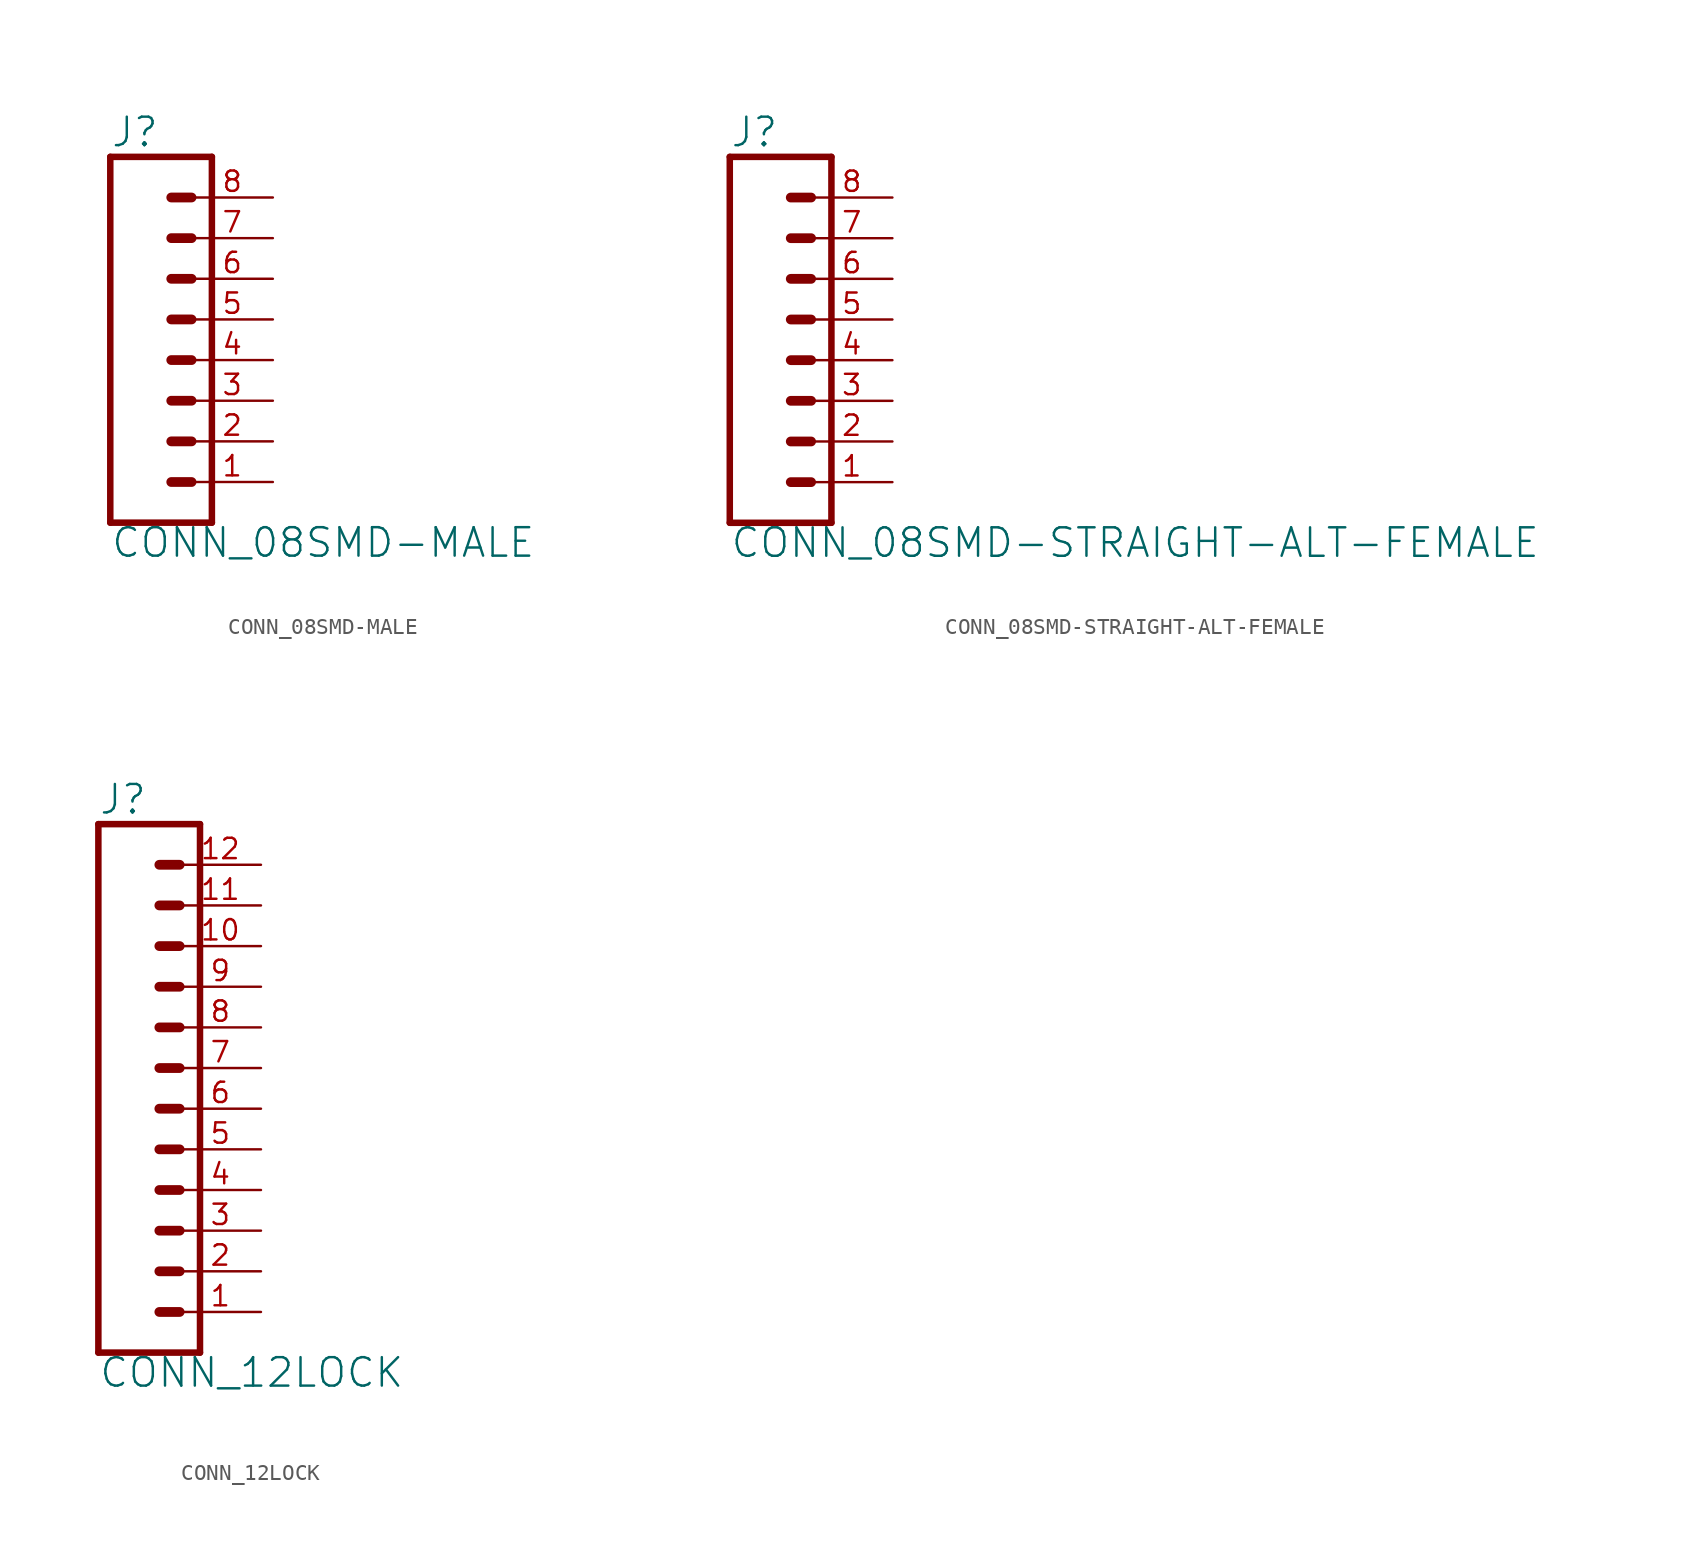
<source format=kicad_sym>
(kicad_symbol_lib
  (version 20220331)
  (generator kicad_symbol_editor)
  (symbol "CONN_08SMD-MALE"
    (property "Reference" "J"
      (at -5.08 13.208 0)
      (effects (font (size 1.778 1.778)) (justify left bottom)))
    (property "Value" "CONN_08SMD-MALE"
      (at -5.08 -12.446 0)
      (effects (font (size 1.778 1.778)) (justify left bottom)))
    (property "ki_locked" ""
      (at 0 0 0)
      (effects (font (size 1.27 1.27))))
    (symbol "CONN_08SMD-MALE_1_0"
      (polyline (pts (xy -5.08 12.7) (xy -5.08 -10.16)) (stroke (width 0.406) (type solid)) (fill (type none)))
      (polyline (pts (xy -5.08 12.7) (xy 1.27 12.7)) (stroke (width 0.406) (type solid)) (fill (type none)))
      (polyline (pts (xy -1.27 -7.62) (xy 0 -7.62)) (stroke (width 0.61) (type solid)) (fill (type none)))
      (polyline (pts (xy -1.27 -5.08) (xy 0 -5.08)) (stroke (width 0.61) (type solid)) (fill (type none)))
      (polyline (pts (xy -1.27 -2.54) (xy 0 -2.54)) (stroke (width 0.61) (type solid)) (fill (type none)))
      (polyline (pts (xy -1.27 0) (xy 0 0)) (stroke (width 0.61) (type solid)) (fill (type none)))
      (polyline (pts (xy -1.27 2.54) (xy 0 2.54)) (stroke (width 0.61) (type solid)) (fill (type none)))
      (polyline (pts (xy -1.27 5.08) (xy 0 5.08)) (stroke (width 0.61) (type solid)) (fill (type none)))
      (polyline (pts (xy -1.27 7.62) (xy 0 7.62)) (stroke (width 0.61) (type solid)) (fill (type none)))
      (polyline (pts (xy -1.27 10.16) (xy 0 10.16)) (stroke (width 0.61) (type solid)) (fill (type none)))
      (polyline (pts (xy 1.27 -10.16) (xy -5.08 -10.16)) (stroke (width 0.406) (type solid)) (fill (type none)))
      (polyline (pts (xy 1.27 -10.16) (xy 1.27 12.7)) (stroke (width 0.406) (type solid)) (fill (type none)))
      (pin passive line (at 5.08 -7.62 180) (length 5.08) (name "1" (effects (font (size 0 0)))) (number "1" (effects (font (size 1.27 1.27)))))
      (pin passive line (at 5.08 -5.08 180) (length 5.08) (name "2" (effects (font (size 0 0)))) (number "2" (effects (font (size 1.27 1.27)))))
      (pin passive line (at 5.08 -2.54 180) (length 5.08) (name "3" (effects (font (size 0 0)))) (number "3" (effects (font (size 1.27 1.27)))))
      (pin passive line (at 5.08 0 180) (length 5.08) (name "4" (effects (font (size 0 0)))) (number "4" (effects (font (size 1.27 1.27)))))
      (pin passive line (at 5.08 2.54 180) (length 5.08) (name "5" (effects (font (size 0 0)))) (number "5" (effects (font (size 1.27 1.27)))))
      (pin passive line (at 5.08 5.08 180) (length 5.08) (name "6" (effects (font (size 0 0)))) (number "6" (effects (font (size 1.27 1.27)))))
      (pin passive line (at 5.08 7.62 180) (length 5.08) (name "7" (effects (font (size 0 0)))) (number "7" (effects (font (size 1.27 1.27)))))
      (pin passive line (at 5.08 10.16 180) (length 5.08) (name "8" (effects (font (size 0 0)))) (number "8" (effects (font (size 1.27 1.27)))))))
  (symbol "CONN_08SMD-STRAIGHT-ALT-FEMALE"
    (property "Reference" "J"
      (at -5.08 13.208 0)
      (effects (font (size 1.778 1.778)) (justify left bottom)))
    (property "Value" "CONN_08SMD-STRAIGHT-ALT-FEMALE"
      (at -5.08 -12.446 0)
      (effects (font (size 1.778 1.778)) (justify left bottom)))
    (property "ki_locked" ""
      (at 0 0 0)
      (effects (font (size 1.27 1.27))))
    (symbol "CONN_08SMD-STRAIGHT-ALT-FEMALE_1_0"
      (polyline (pts (xy -5.08 12.7) (xy -5.08 -10.16)) (stroke (width 0.406) (type solid)) (fill (type none)))
      (polyline (pts (xy -5.08 12.7) (xy 1.27 12.7)) (stroke (width 0.406) (type solid)) (fill (type none)))
      (polyline (pts (xy -1.27 -7.62) (xy 0 -7.62)) (stroke (width 0.61) (type solid)) (fill (type none)))
      (polyline (pts (xy -1.27 -5.08) (xy 0 -5.08)) (stroke (width 0.61) (type solid)) (fill (type none)))
      (polyline (pts (xy -1.27 -2.54) (xy 0 -2.54)) (stroke (width 0.61) (type solid)) (fill (type none)))
      (polyline (pts (xy -1.27 0) (xy 0 0)) (stroke (width 0.61) (type solid)) (fill (type none)))
      (polyline (pts (xy -1.27 2.54) (xy 0 2.54)) (stroke (width 0.61) (type solid)) (fill (type none)))
      (polyline (pts (xy -1.27 5.08) (xy 0 5.08)) (stroke (width 0.61) (type solid)) (fill (type none)))
      (polyline (pts (xy -1.27 7.62) (xy 0 7.62)) (stroke (width 0.61) (type solid)) (fill (type none)))
      (polyline (pts (xy -1.27 10.16) (xy 0 10.16)) (stroke (width 0.61) (type solid)) (fill (type none)))
      (polyline (pts (xy 1.27 -10.16) (xy -5.08 -10.16)) (stroke (width 0.406) (type solid)) (fill (type none)))
      (polyline (pts (xy 1.27 -10.16) (xy 1.27 12.7)) (stroke (width 0.406) (type solid)) (fill (type none)))
      (pin passive line (at 5.08 -7.62 180) (length 5.08) (name "1" (effects (font (size 0 0)))) (number "1" (effects (font (size 1.27 1.27)))))
      (pin passive line (at 5.08 -5.08 180) (length 5.08) (name "2" (effects (font (size 0 0)))) (number "2" (effects (font (size 1.27 1.27)))))
      (pin passive line (at 5.08 -2.54 180) (length 5.08) (name "3" (effects (font (size 0 0)))) (number "3" (effects (font (size 1.27 1.27)))))
      (pin passive line (at 5.08 0 180) (length 5.08) (name "4" (effects (font (size 0 0)))) (number "4" (effects (font (size 1.27 1.27)))))
      (pin passive line (at 5.08 2.54 180) (length 5.08) (name "5" (effects (font (size 0 0)))) (number "5" (effects (font (size 1.27 1.27)))))
      (pin passive line (at 5.08 5.08 180) (length 5.08) (name "6" (effects (font (size 0 0)))) (number "6" (effects (font (size 1.27 1.27)))))
      (pin passive line (at 5.08 7.62 180) (length 5.08) (name "7" (effects (font (size 0 0)))) (number "7" (effects (font (size 1.27 1.27)))))
      (pin passive line (at 5.08 10.16 180) (length 5.08) (name "8" (effects (font (size 0 0)))) (number "8" (effects (font (size 1.27 1.27)))))))
  (symbol "CONN_12LOCK"
    (property "Reference" "J"
      (at 0 15.748 0)
      (effects (font (size 1.778 1.778)) (justify left bottom)))
    (property "Value" "CONN_12LOCK"
      (at 0 -20.066 0)
      (effects (font (size 1.778 1.778)) (justify left bottom)))
    (property "ki_locked" ""
      (at 0 0 0)
      (effects (font (size 1.27 1.27))))
    (symbol "CONN_12LOCK_1_0"
      (polyline (pts (xy 0 15.24) (xy 0 -17.78)) (stroke (width 0.406) (type solid)) (fill (type none)))
      (polyline (pts (xy 0 15.24) (xy 6.35 15.24)) (stroke (width 0.406) (type solid)) (fill (type none)))
      (polyline (pts (xy 3.81 -15.24) (xy 5.08 -15.24)) (stroke (width 0.61) (type solid)) (fill (type none)))
      (polyline (pts (xy 3.81 -12.7) (xy 5.08 -12.7)) (stroke (width 0.61) (type solid)) (fill (type none)))
      (polyline (pts (xy 3.81 -10.16) (xy 5.08 -10.16)) (stroke (width 0.61) (type solid)) (fill (type none)))
      (polyline (pts (xy 3.81 -7.62) (xy 5.08 -7.62)) (stroke (width 0.61) (type solid)) (fill (type none)))
      (polyline (pts (xy 3.81 -5.08) (xy 5.08 -5.08)) (stroke (width 0.61) (type solid)) (fill (type none)))
      (polyline (pts (xy 3.81 -2.54) (xy 5.08 -2.54)) (stroke (width 0.61) (type solid)) (fill (type none)))
      (polyline (pts (xy 3.81 0) (xy 5.08 0)) (stroke (width 0.61) (type solid)) (fill (type none)))
      (polyline (pts (xy 3.81 2.54) (xy 5.08 2.54)) (stroke (width 0.61) (type solid)) (fill (type none)))
      (polyline (pts (xy 3.81 5.08) (xy 5.08 5.08)) (stroke (width 0.61) (type solid)) (fill (type none)))
      (polyline (pts (xy 3.81 7.62) (xy 5.08 7.62)) (stroke (width 0.61) (type solid)) (fill (type none)))
      (polyline (pts (xy 3.81 10.16) (xy 5.08 10.16)) (stroke (width 0.61) (type solid)) (fill (type none)))
      (polyline (pts (xy 3.81 12.7) (xy 5.08 12.7)) (stroke (width 0.61) (type solid)) (fill (type none)))
      (polyline (pts (xy 6.35 -17.78) (xy 0 -17.78)) (stroke (width 0.406) (type solid)) (fill (type none)))
      (polyline (pts (xy 6.35 -17.78) (xy 6.35 15.24)) (stroke (width 0.406) (type solid)) (fill (type none)))
      (pin passive line (at 10.16 -15.24 180) (length 5.08) (name "1" (effects (font (size 0 0)))) (number "1" (effects (font (size 1.27 1.27)))))
      (pin passive line (at 10.16 7.62 180) (length 5.08) (name "10" (effects (font (size 0 0)))) (number "10" (effects (font (size 1.27 1.27)))))
      (pin passive line (at 10.16 10.16 180) (length 5.08) (name "11" (effects (font (size 0 0)))) (number "11" (effects (font (size 1.27 1.27)))))
      (pin passive line (at 10.16 12.7 180) (length 5.08) (name "12" (effects (font (size 0 0)))) (number "12" (effects (font (size 1.27 1.27)))))
      (pin passive line (at 10.16 -12.7 180) (length 5.08) (name "2" (effects (font (size 0 0)))) (number "2" (effects (font (size 1.27 1.27)))))
      (pin passive line (at 10.16 -10.16 180) (length 5.08) (name "3" (effects (font (size 0 0)))) (number "3" (effects (font (size 1.27 1.27)))))
      (pin passive line (at 10.16 -7.62 180) (length 5.08) (name "4" (effects (font (size 0 0)))) (number "4" (effects (font (size 1.27 1.27)))))
      (pin passive line (at 10.16 -5.08 180) (length 5.08) (name "5" (effects (font (size 0 0)))) (number "5" (effects (font (size 1.27 1.27)))))
      (pin passive line (at 10.16 -2.54 180) (length 5.08) (name "6" (effects (font (size 0 0)))) (number "6" (effects (font (size 1.27 1.27)))))
      (pin passive line (at 10.16 0 180) (length 5.08) (name "7" (effects (font (size 0 0)))) (number "7" (effects (font (size 1.27 1.27)))))
      (pin passive line (at 10.16 2.54 180) (length 5.08) (name "8" (effects (font (size 0 0)))) (number "8" (effects (font (size 1.27 1.27)))))
      (pin passive line (at 10.16 5.08 180) (length 5.08) (name "9" (effects (font (size 0 0)))) (number "9" (effects (font (size 1.27 1.27))))))))
</source>
